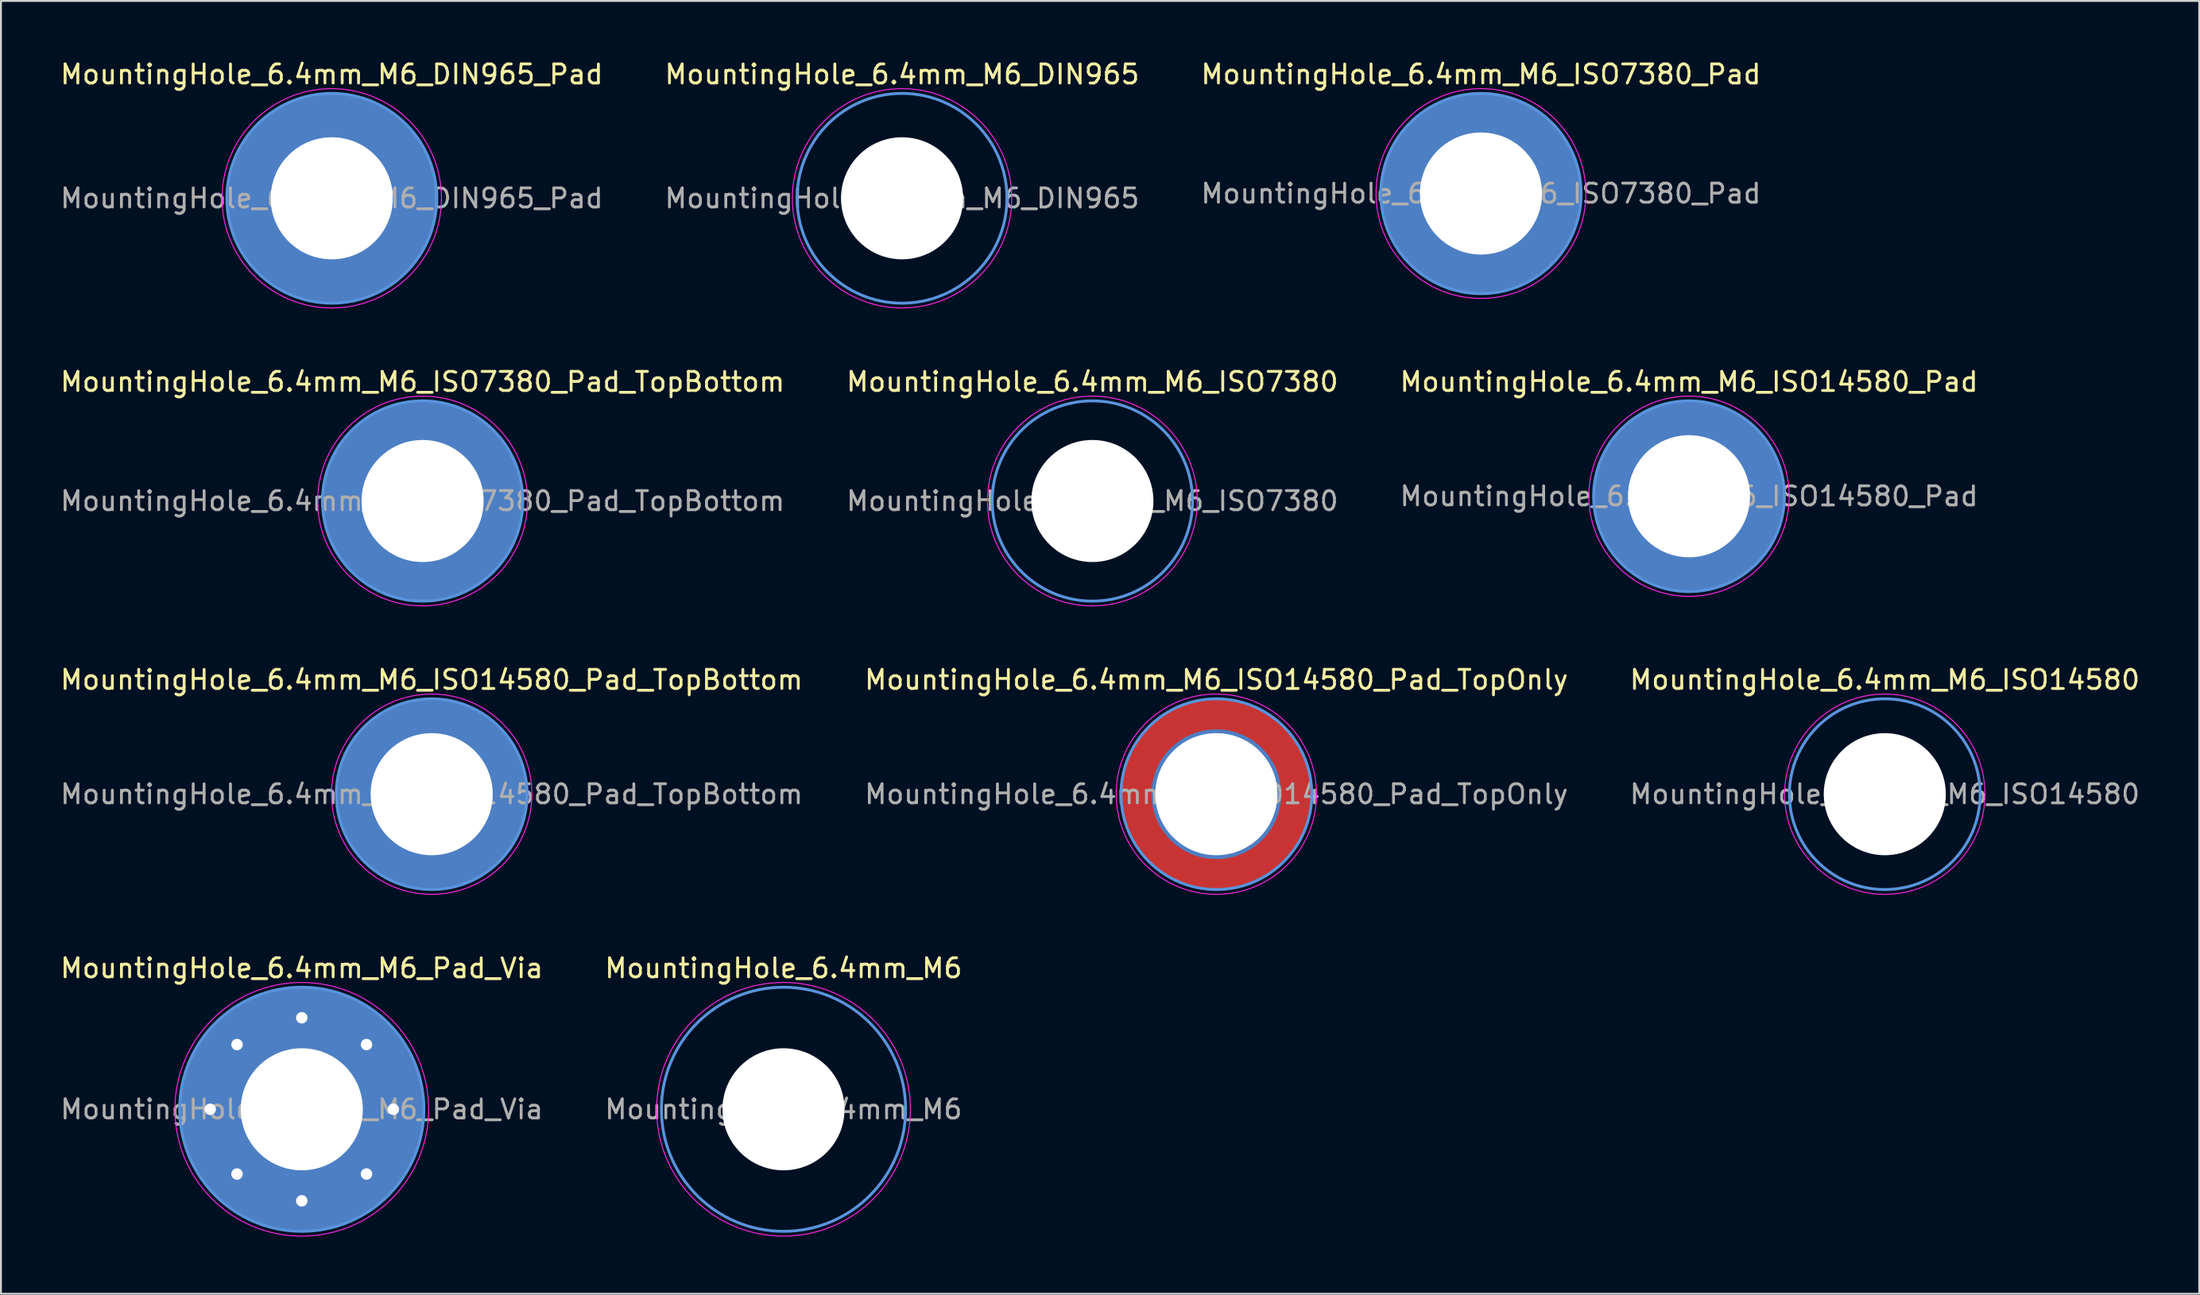
<source format=kicad_pcb>
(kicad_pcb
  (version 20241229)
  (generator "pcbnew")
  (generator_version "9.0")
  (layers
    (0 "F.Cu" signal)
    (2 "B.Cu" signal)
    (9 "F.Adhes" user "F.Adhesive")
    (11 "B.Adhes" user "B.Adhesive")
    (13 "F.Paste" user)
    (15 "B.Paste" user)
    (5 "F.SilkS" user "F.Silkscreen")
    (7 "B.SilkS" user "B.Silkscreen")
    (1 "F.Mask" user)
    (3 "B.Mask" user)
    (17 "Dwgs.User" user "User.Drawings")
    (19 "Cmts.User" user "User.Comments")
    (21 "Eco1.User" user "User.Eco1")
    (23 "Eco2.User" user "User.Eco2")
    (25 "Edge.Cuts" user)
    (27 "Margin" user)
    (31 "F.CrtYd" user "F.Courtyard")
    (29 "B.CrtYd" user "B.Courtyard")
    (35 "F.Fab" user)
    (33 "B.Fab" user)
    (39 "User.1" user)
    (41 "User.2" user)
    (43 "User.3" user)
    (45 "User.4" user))
  (footprint "MountingHole_6.4mm_M6_DIN965_Pad"
    (layer "F.Cu")
    (at 14.339 7.348)
    (property "Reference" "MountingHole_6.4mm_M6_DIN965_Pad" (at 0 -6.5 0) (layer "F.SilkS") (effects (font (size 1 1) (thickness 0.15))))
    (attr exclude_from_pos_files exclude_from_bom)
    (fp_circle (center 0 0) (end 5.5 0) (stroke (width 0.15) (type solid)) (fill no) (layer "Cmts.User"))
    (fp_circle (center 0 0) (end 5.75 0) (stroke (width 0.05) (type solid)) (fill no) (layer "F.CrtYd"))
    (fp_text user "${REFERENCE}" (at 0 0 0) (layer "F.Fab") (effects (font (size 1 1) (thickness 0.15))))
    (pad "1" thru_hole circle (at 0 0) (size 11 11) (drill 6.4) (layers "*.Cu" "*.Mask")))
  (footprint "MountingHole_6.4mm_M6"
    (layer "F.Cu")
    (at 38.018 55.118)
    (property "Reference" "MountingHole_6.4mm_M6" (at 0 -7.4 0) (layer "F.SilkS") (effects (font (size 1 1) (thickness 0.15))))
    (attr exclude_from_pos_files exclude_from_bom)
    (fp_circle (center 0 0) (end 6.4 0) (stroke (width 0.15) (type solid)) (fill no) (layer "Cmts.User"))
    (fp_circle (center 0 0) (end 6.65 0) (stroke (width 0.05) (type solid)) (fill no) (layer "F.CrtYd"))
    (fp_text user "${REFERENCE}" (at 0 0 0) (layer "F.Fab") (effects (font (size 1 1) (thickness 0.15))))
    (pad "" np_thru_hole circle (at 0 0) (size 6.4 6.4) (drill 6.4) (layers "*.Cu" "*.Mask")))
  (footprint "MountingHole_6.4mm_M6_ISO14580_Pad"
    (layer "F.Cu")
    (at 85.482 22.971)
    (property "Reference" "MountingHole_6.4mm_M6_ISO14580_Pad" (at 0 -6 0) (layer "F.SilkS") (effects (font (size 1 1) (thickness 0.15))))
    (attr exclude_from_pos_files exclude_from_bom)
    (fp_circle (center 0 0) (end 5 0) (stroke (width 0.15) (type solid)) (fill no) (layer "Cmts.User"))
    (fp_circle (center 0 0) (end 5.25 0) (stroke (width 0.05) (type solid)) (fill no) (layer "F.CrtYd"))
    (fp_text user "${REFERENCE}" (at 0 0 0) (layer "F.Fab") (effects (font (size 1 1) (thickness 0.15))))
    (pad "1" thru_hole circle (at 0 0) (size 10 10) (drill 6.4) (layers "*.Cu" "*.Mask")))
  (footprint "MountingHole_6.4mm_M6_ISO7380"
    (layer "F.Cu")
    (at 54.208 23.221)
    (property "Reference" "MountingHole_6.4mm_M6_ISO7380" (at 0 -6.25 0) (layer "F.SilkS") (effects (font (size 1 1) (thickness 0.15))))
    (attr exclude_from_pos_files exclude_from_bom)
    (fp_circle (center 0 0) (end 5.25 0) (stroke (width 0.15) (type solid)) (fill no) (layer "Cmts.User"))
    (fp_circle (center 0 0) (end 5.5 0) (stroke (width 0.05) (type solid)) (fill no) (layer "F.CrtYd"))
    (fp_text user "${REFERENCE}" (at 0 0 0) (layer "F.Fab") (effects (font (size 1 1) (thickness 0.15))))
    (pad "" np_thru_hole circle (at 0 0) (size 6.4 6.4) (drill 6.4) (layers "*.Cu" "*.Mask")))
  (footprint "MountingHole_6.4mm_M6_ISO7380_Pad"
    (layer "F.Cu")
    (at 74.577 7.098)
    (property "Reference" "MountingHole_6.4mm_M6_ISO7380_Pad" (at 0 -6.25 0) (layer "F.SilkS") (effects (font (size 1 1) (thickness 0.15))))
    (attr exclude_from_pos_files exclude_from_bom)
    (fp_circle (center 0 0) (end 5.25 0) (stroke (width 0.15) (type solid)) (fill no) (layer "Cmts.User"))
    (fp_circle (center 0 0) (end 5.5 0) (stroke (width 0.05) (type solid)) (fill no) (layer "F.CrtYd"))
    (fp_text user "${REFERENCE}" (at 0 0 0) (layer "F.Fab") (effects (font (size 1 1) (thickness 0.15))))
    (pad "1" thru_hole circle (at 0 0) (size 10.5 10.5) (drill 6.4) (layers "*.Cu" "*.Mask")))
  (footprint "MountingHole_6.4mm_M6_Pad_Via"
    (layer "F.Cu")
    (at 12.768 55.118)
    (property "Reference" "MountingHole_6.4mm_M6_Pad_Via" (at 0 -7.4 0) (layer "F.SilkS") (effects (font (size 1 1) (thickness 0.15))))
    (attr exclude_from_pos_files exclude_from_bom)
    (fp_circle (center 0 0) (end 6.4 0) (stroke (width 0.15) (type solid)) (fill no) (layer "Cmts.User"))
    (fp_circle (center 0 0) (end 6.65 0) (stroke (width 0.05) (type solid)) (fill no) (layer "F.CrtYd"))
    (fp_text user "${REFERENCE}" (at 0 0 0) (layer "F.Fab") (effects (font (size 1 1) (thickness 0.15))))
    (pad "1" thru_hole circle (at -4.8 0) (size 0.9 0.9) (drill 0.6) (layers "*.Cu" "*.Mask"))
    (pad "1" thru_hole circle (at -3.394 -3.394) (size 0.9 0.9) (drill 0.6) (layers "*.Cu" "*.Mask"))
    (pad "1" thru_hole circle (at -3.394 3.394) (size 0.9 0.9) (drill 0.6) (layers "*.Cu" "*.Mask"))
    (pad "1" thru_hole circle (at 0 -4.8) (size 0.9 0.9) (drill 0.6) (layers "*.Cu" "*.Mask"))
    (pad "1" thru_hole circle (at 0 0) (size 12.8 12.8) (drill 6.4) (layers "*.Cu" "*.Mask"))
    (pad "1" thru_hole circle (at 0 4.8) (size 0.9 0.9) (drill 0.6) (layers "*.Cu" "*.Mask"))
    (pad "1" thru_hole circle (at 3.394 -3.394) (size 0.9 0.9) (drill 0.6) (layers "*.Cu" "*.Mask"))
    (pad "1" thru_hole circle (at 3.394 3.394) (size 0.9 0.9) (drill 0.6) (layers "*.Cu" "*.Mask"))
    (pad "1" thru_hole circle (at 4.8 0) (size 0.9 0.9) (drill 0.6) (layers "*.Cu" "*.Mask")))
  (footprint "MountingHole_6.4mm_M6_ISO14580_Pad_TopOnly"
    (layer "F.Cu")
    (at 60.708 38.595)
    (property "Reference" "MountingHole_6.4mm_M6_ISO14580_Pad_TopOnly" (at 0 -6 0) (layer "F.SilkS") (effects (font (size 1 1) (thickness 0.15))))
    (attr exclude_from_pos_files exclude_from_bom)
    (fp_circle (center 0 0) (end 5 0) (stroke (width 0.15) (type solid)) (fill no) (layer "Cmts.User"))
    (fp_circle (center 0 0) (end 5.25 0) (stroke (width 0.05) (type solid)) (fill no) (layer "F.CrtYd"))
    (fp_text user "${REFERENCE}" (at 0 0 0) (layer "F.Fab") (effects (font (size 1 1) (thickness 0.15))))
    (pad "1" thru_hole circle (at 0 0) (size 6.8 6.8) (drill 6.4) (layers "*.Cu" "*.Mask"))
    (pad "1" connect circle (at 0 0) (size 10 10) (layers "F.Cu" "F.Mask")))
  (footprint "MountingHole_6.4mm_M6_ISO14580_Pad_TopBottom"
    (layer "F.Cu")
    (at 19.577 38.595)
    (property "Reference" "MountingHole_6.4mm_M6_ISO14580_Pad_TopBottom" (at 0 -6 0) (layer "F.SilkS") (effects (font (size 1 1) (thickness 0.15))))
    (attr exclude_from_pos_files exclude_from_bom)
    (fp_circle (center 0 0) (end 5 0) (stroke (width 0.15) (type solid)) (fill no) (layer "Cmts.User"))
    (fp_circle (center 0 0) (end 5.25 0) (stroke (width 0.05) (type solid)) (fill no) (layer "F.CrtYd"))
    (fp_text user "${REFERENCE}" (at 0 0 0) (layer "F.Fab") (effects (font (size 1 1) (thickness 0.15))))
    (pad "1" thru_hole circle (at 0 0) (size 6.8 6.8) (drill 6.4) (layers "*.Cu" "*.Mask"))
    (pad "1" connect circle (at 0 0) (size 10 10) (layers "F.Cu" "F.Mask"))
    (pad "1" connect circle (at 0 0) (size 10 10) (layers "B.Cu" "B.Mask")))
  (footprint "MountingHole_6.4mm_M6_DIN965"
    (layer "F.Cu")
    (at 44.232 7.348)
    (property "Reference" "MountingHole_6.4mm_M6_DIN965" (at 0 -6.5 0) (layer "F.SilkS") (effects (font (size 1 1) (thickness 0.15))))
    (attr exclude_from_pos_files exclude_from_bom)
    (fp_circle (center 0 0) (end 5.5 0) (stroke (width 0.15) (type solid)) (fill no) (layer "Cmts.User"))
    (fp_circle (center 0 0) (end 5.75 0) (stroke (width 0.05) (type solid)) (fill no) (layer "F.CrtYd"))
    (fp_text user "${REFERENCE}" (at 0 0 0) (layer "F.Fab") (effects (font (size 1 1) (thickness 0.15))))
    (pad "" np_thru_hole circle (at 0 0) (size 6.4 6.4) (drill 6.4) (layers "*.Cu" "*.Mask")))
  (footprint "MountingHole_6.4mm_M6_ISO14580"
    (layer "F.Cu")
    (at 95.744 38.595)
    (property "Reference" "MountingHole_6.4mm_M6_ISO14580" (at 0 -6 0) (layer "F.SilkS") (effects (font (size 1 1) (thickness 0.15))))
    (attr exclude_from_pos_files exclude_from_bom)
    (fp_circle (center 0 0) (end 5 0) (stroke (width 0.15) (type solid)) (fill no) (layer "Cmts.User"))
    (fp_circle (center 0 0) (end 5.25 0) (stroke (width 0.05) (type solid)) (fill no) (layer "F.CrtYd"))
    (fp_text user "${REFERENCE}" (at 0 0 0) (layer "F.Fab") (effects (font (size 1 1) (thickness 0.15))))
    (pad "" np_thru_hole circle (at 0 0) (size 6.4 6.4) (drill 6.4) (layers "*.Cu" "*.Mask")))
  (footprint "MountingHole_6.4mm_M6_ISO7380_Pad_TopBottom"
    (layer "F.Cu")
    (at 19.101 23.221)
    (property "Reference" "MountingHole_6.4mm_M6_ISO7380_Pad_TopBottom" (at 0 -6.25 0) (layer "F.SilkS") (effects (font (size 1 1) (thickness 0.15))))
    (attr exclude_from_pos_files exclude_from_bom)
    (fp_circle (center 0 0) (end 5.25 0) (stroke (width 0.15) (type solid)) (fill no) (layer "Cmts.User"))
    (fp_circle (center 0 0) (end 5.5 0) (stroke (width 0.05) (type solid)) (fill no) (layer "F.CrtYd"))
    (fp_text user "${REFERENCE}" (at 0 0 0) (layer "F.Fab") (effects (font (size 1 1) (thickness 0.15))))
    (pad "1" thru_hole circle (at 0 0) (size 6.8 6.8) (drill 6.4) (layers "*.Cu" "*.Mask"))
    (pad "1" connect circle (at 0 0) (size 10.5 10.5) (layers "F.Cu" "F.Mask"))
    (pad "1" connect circle (at 0 0) (size 10.5 10.5) (layers "B.Cu" "B.Mask")))
  (gr_rect
    (start -3 -3)
    (end 112.226 64.793)
    (stroke (width 0.1) (type default))
    (fill no)
    (layer "Edge.Cuts")))
</source>
